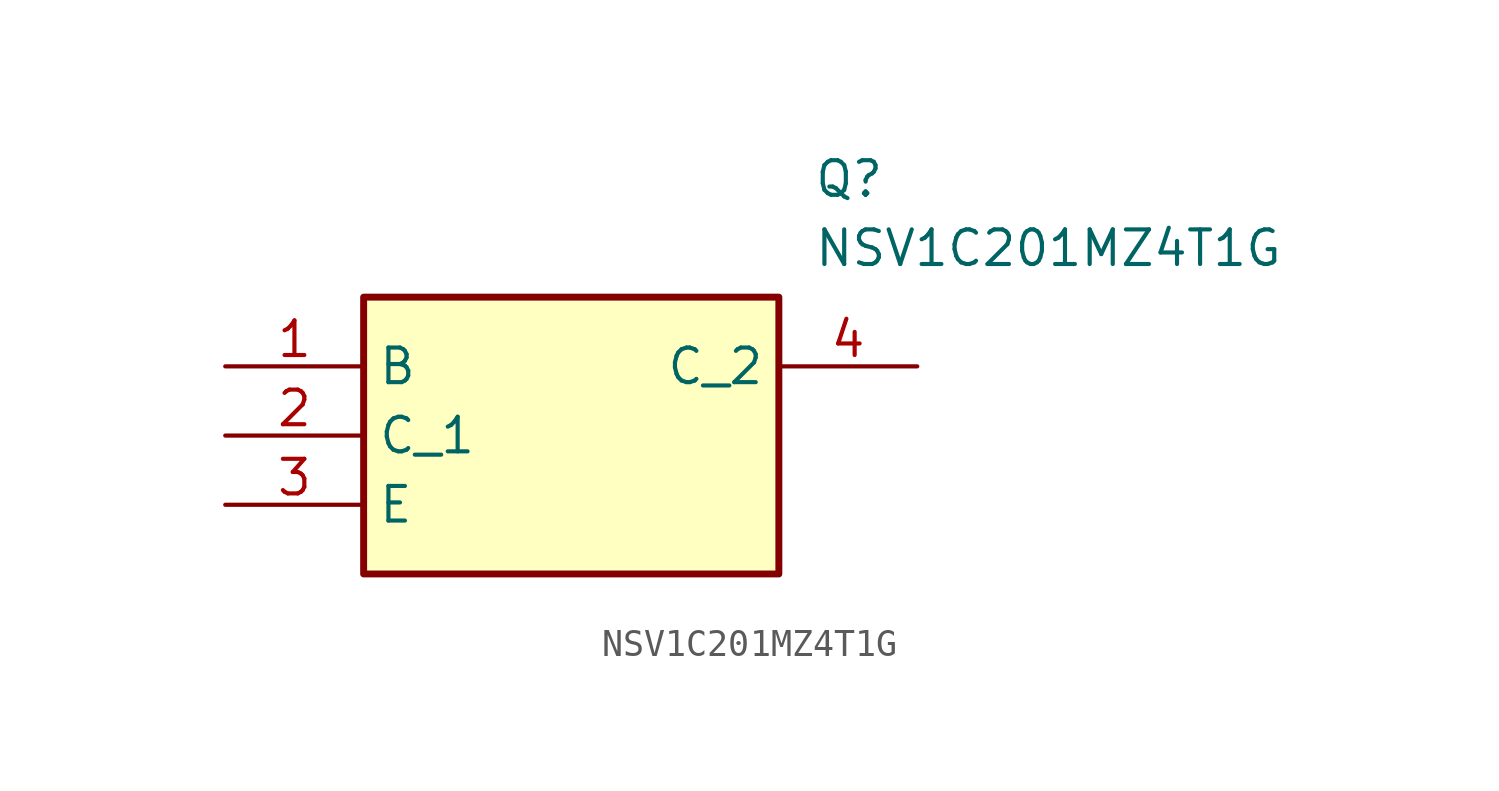
<source format=kicad_sym>
(kicad_symbol_lib
  (version 20211014)
  (generator SamacSys_ECAD_Model)
  (symbol "NSV1C201MZ4T1G"
    (property "Reference" "Q"
      (at 21.59 7.62 0)
      (effects (font (size 1.27 1.27)) (justify left top)))
    (property "Value" "NSV1C201MZ4T1G"
      (at 21.59 5.08 0)
      (effects (font (size 1.27 1.27)) (justify left top)))
    (rectangle
      (start 5.08 2.54)
      (end 20.32 -7.62)
      (stroke (width 0.254) (type default))
      (fill (type background)))
    (pin passive line
      (at 0 0 0)
      (length 5.08)
      (name "B" (effects (font (size 1.27 1.27))))
      (number "1" (effects (font (size 1.27 1.27)))))
    (pin passive line
      (at 0 -2.54 0)
      (length 5.08)
      (name "C_1" (effects (font (size 1.27 1.27))))
      (number "2" (effects (font (size 1.27 1.27)))))
    (pin passive line
      (at 0 -5.08 0)
      (length 5.08)
      (name "E" (effects (font (size 1.27 1.27))))
      (number "3" (effects (font (size 1.27 1.27)))))
    (pin passive line
      (at 25.4 0 180)
      (length 5.08)
      (name "C_2" (effects (font (size 1.27 1.27))))
      (number "4" (effects (font (size 1.27 1.27)))))))
</source>
